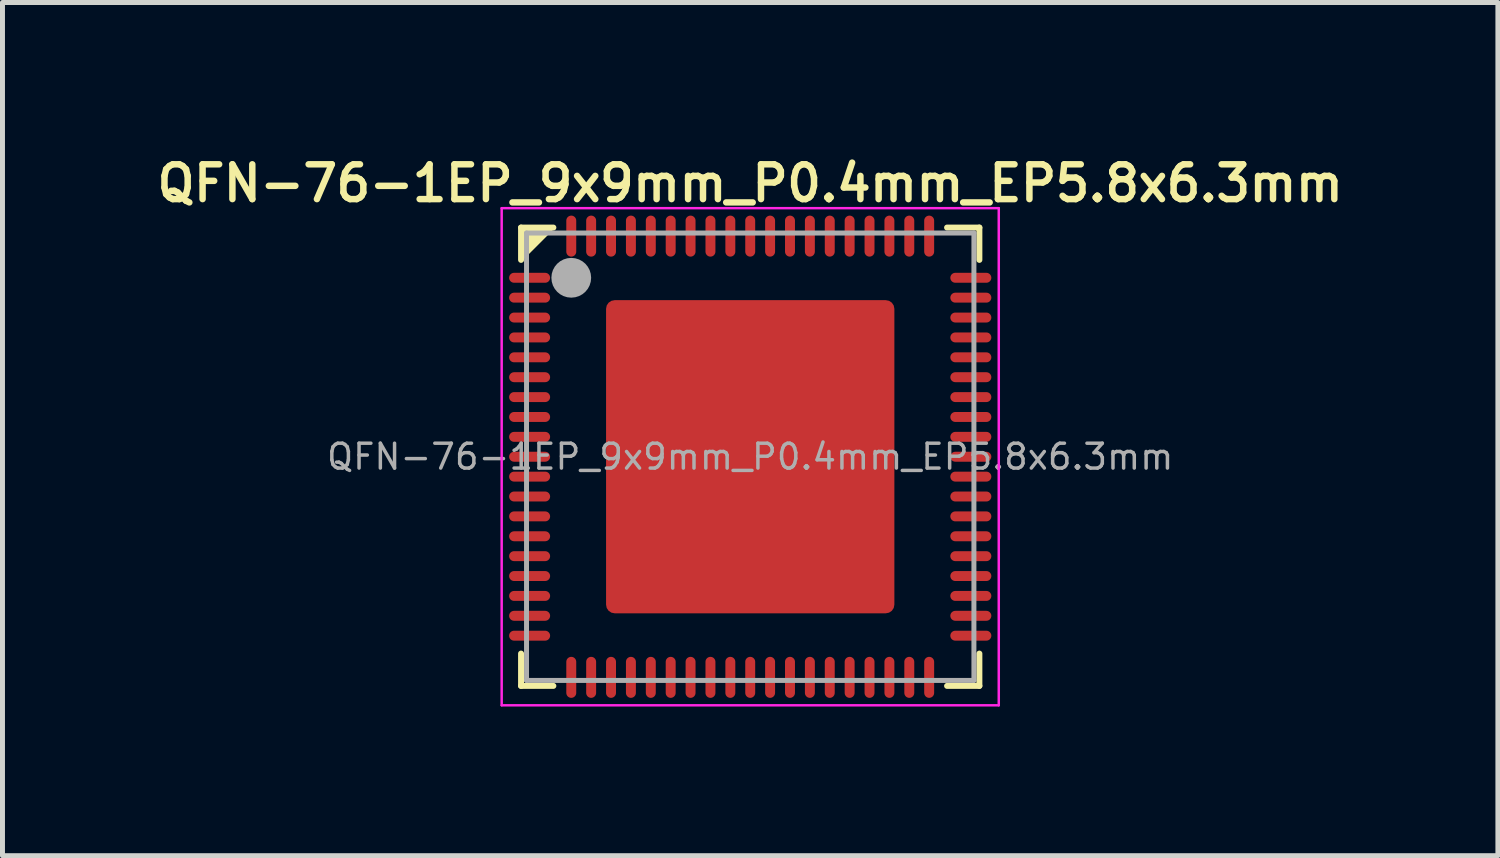
<source format=kicad_pcb>
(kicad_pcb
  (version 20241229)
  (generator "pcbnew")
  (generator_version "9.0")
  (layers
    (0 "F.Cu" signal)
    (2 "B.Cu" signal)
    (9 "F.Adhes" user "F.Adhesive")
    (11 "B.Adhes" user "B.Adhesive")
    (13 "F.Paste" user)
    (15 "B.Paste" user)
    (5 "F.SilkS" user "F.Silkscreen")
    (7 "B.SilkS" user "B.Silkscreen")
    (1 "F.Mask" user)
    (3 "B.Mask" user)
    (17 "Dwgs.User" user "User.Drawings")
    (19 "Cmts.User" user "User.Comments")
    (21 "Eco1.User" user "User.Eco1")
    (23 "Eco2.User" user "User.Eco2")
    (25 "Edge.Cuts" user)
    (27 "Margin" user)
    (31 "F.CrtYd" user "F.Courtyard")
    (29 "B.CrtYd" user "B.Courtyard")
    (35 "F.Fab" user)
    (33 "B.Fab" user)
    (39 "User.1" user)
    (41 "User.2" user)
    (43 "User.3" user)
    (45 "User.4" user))
  (footprint "QFN-76-1EP_9x9mm_P0.4mm_EP5.8x6.3mm"
    (layer "F.Cu")
    (at 12.042 6.138)
    (property "Reference" "QFN-76-1EP_9x9mm_P0.4mm_EP5.8x6.3mm" (at 0 -5.5 0) (layer "F.SilkS") (effects (font (size 0.7 0.7) (thickness 0.13))))
    (property "Value" "${VALUE}" (at 0 4 0) (layer "F.Fab") (hide yes) (effects (font (size 0.5 0.5) (thickness 0.07))))
    (attr smd)
    (fp_line (start -4.61 -3.96) (end -4.61 -4.61) (stroke (width 0.12) (type solid)) (layer "F.SilkS"))
    (fp_line (start -4.61 4.61) (end -4.61 3.96) (stroke (width 0.12) (type solid)) (layer "F.SilkS"))
    (fp_line (start -3.96 -4.61) (end -4.61 -4.61) (stroke (width 0.12) (type solid)) (layer "F.SilkS"))
    (fp_line (start -3.96 4.61) (end -4.61 4.61) (stroke (width 0.12) (type solid)) (layer "F.SilkS"))
    (fp_line (start 3.96 -4.61) (end 4.61 -4.61) (stroke (width 0.12) (type solid)) (layer "F.SilkS"))
    (fp_line (start 3.96 4.61) (end 4.61 4.61) (stroke (width 0.12) (type solid)) (layer "F.SilkS"))
    (fp_line (start 4.61 -4.61) (end 4.61 -3.96) (stroke (width 0.12) (type solid)) (layer "F.SilkS"))
    (fp_line (start 4.61 4.61) (end 4.61 3.96) (stroke (width 0.12) (type solid)) (layer "F.SilkS"))
    (fp_poly (pts (xy -4 -4.6) (xy -4.6 -4.6) (xy -4.6 -4)) (stroke (width 0.1) (type solid)) (fill yes) (layer "F.SilkS"))
    (fp_poly (pts (xy -2 -2) (xy -1 -2) (xy -1 -1) (xy -2 -1)) (stroke (width 0.1) (type solid)) (fill yes) (layer "F.Paste"))
    (fp_poly (pts (xy -2 -0.5) (xy -1 -0.5) (xy -1 0.5) (xy -2 0.5)) (stroke (width 0.1) (type solid)) (fill yes) (layer "F.Paste"))
    (fp_poly (pts (xy -2 1) (xy -1 1) (xy -1 2) (xy -2 2)) (stroke (width 0.1) (type solid)) (fill yes) (layer "F.Paste"))
    (fp_poly (pts (xy -0.5 -2) (xy 0.5 -2) (xy 0.5 -1) (xy -0.5 -1)) (stroke (width 0.1) (type solid)) (fill yes) (layer "F.Paste"))
    (fp_poly (pts (xy -0.5 -0.5) (xy 0.5 -0.5) (xy 0.5 0.5) (xy -0.5 0.5)) (stroke (width 0.1) (type solid)) (fill yes) (layer "F.Paste"))
    (fp_poly (pts (xy -0.5 1) (xy 0.5 1) (xy 0.5 2) (xy -0.5 2)) (stroke (width 0.1) (type solid)) (fill yes) (layer "F.Paste"))
    (fp_poly (pts (xy 1 -2) (xy 2 -2) (xy 2 -1) (xy 1 -1)) (stroke (width 0.1) (type solid)) (fill yes) (layer "F.Paste"))
    (fp_poly (pts (xy 1 -0.5) (xy 2 -0.5) (xy 2 0.5) (xy 1 0.5)) (stroke (width 0.1) (type solid)) (fill yes) (layer "F.Paste"))
    (fp_poly (pts (xy 1 1) (xy 2 1) (xy 2 2) (xy 1 2)) (stroke (width 0.1) (type solid)) (fill yes) (layer "F.Paste"))
    (fp_line (start -5 -5) (end -5 5) (stroke (width 0.05) (type solid)) (layer "F.CrtYd"))
    (fp_line (start -5 5) (end 5 5) (stroke (width 0.05) (type solid)) (layer "F.CrtYd"))
    (fp_line (start 5 -5) (end -5 -5) (stroke (width 0.05) (type solid)) (layer "F.CrtYd"))
    (fp_line (start 5 5) (end 5 -5) (stroke (width 0.05) (type solid)) (layer "F.CrtYd"))
    (fp_line (start -4.5 -4.5) (end 4.5 -4.5) (stroke (width 0.1) (type solid)) (layer "F.Fab"))
    (fp_line (start -4.5 4.5) (end -4.5 -4.5) (stroke (width 0.1) (type solid)) (layer "F.Fab"))
    (fp_line (start 4.5 -4.5) (end 4.5 4.5) (stroke (width 0.1) (type solid)) (layer "F.Fab"))
    (fp_line (start 4.5 4.5) (end -4.5 4.5) (stroke (width 0.1) (type solid)) (layer "F.Fab"))
    (fp_circle (center -3.6 -3.6) (end -3.4 -3.6) (stroke (width 0.4) (type solid)) (fill no) (layer "F.Fab"))
    (fp_text user "${REFERENCE}" (at 0 0 0) (layer "F.Fab") (effects (font (size 0.5 0.5) (thickness 0.07))))
    (pad "1" smd oval (at -4.438 -3.6) (size 0.825 0.2) (layers "F.Cu" "F.Mask" "F.Paste"))
    (pad "2" smd oval (at -4.438 -3.2) (size 0.825 0.2) (layers "F.Cu" "F.Mask" "F.Paste"))
    (pad "3" smd oval (at -4.438 -2.8) (size 0.825 0.2) (layers "F.Cu" "F.Mask" "F.Paste"))
    (pad "4" smd oval (at -4.438 -2.4) (size 0.825 0.2) (layers "F.Cu" "F.Mask" "F.Paste"))
    (pad "5" smd oval (at -4.438 -2) (size 0.825 0.2) (layers "F.Cu" "F.Mask" "F.Paste"))
    (pad "6" smd oval (at -4.438 -1.6) (size 0.825 0.2) (layers "F.Cu" "F.Mask" "F.Paste"))
    (pad "7" smd oval (at -4.438 -1.2) (size 0.825 0.2) (layers "F.Cu" "F.Mask" "F.Paste"))
    (pad "8" smd oval (at -4.438 -0.8) (size 0.825 0.2) (layers "F.Cu" "F.Mask" "F.Paste"))
    (pad "9" smd oval (at -4.438 -0.4) (size 0.825 0.2) (layers "F.Cu" "F.Mask" "F.Paste"))
    (pad "10" smd oval (at -4.438 0) (size 0.825 0.2) (layers "F.Cu" "F.Mask" "F.Paste"))
    (pad "11" smd oval (at -4.438 0.4) (size 0.825 0.2) (layers "F.Cu" "F.Mask" "F.Paste"))
    (pad "12" smd oval (at -4.438 0.8) (size 0.825 0.2) (layers "F.Cu" "F.Mask" "F.Paste"))
    (pad "13" smd oval (at -4.438 1.2) (size 0.825 0.2) (layers "F.Cu" "F.Mask" "F.Paste"))
    (pad "14" smd oval (at -4.438 1.6) (size 0.825 0.2) (layers "F.Cu" "F.Mask" "F.Paste"))
    (pad "15" smd oval (at -4.438 2) (size 0.825 0.2) (layers "F.Cu" "F.Mask" "F.Paste"))
    (pad "16" smd oval (at -4.438 2.4) (size 0.825 0.2) (layers "F.Cu" "F.Mask" "F.Paste"))
    (pad "17" smd oval (at -4.438 2.8) (size 0.825 0.2) (layers "F.Cu" "F.Mask" "F.Paste"))
    (pad "18" smd oval (at -4.438 3.2) (size 0.825 0.2) (layers "F.Cu" "F.Mask" "F.Paste"))
    (pad "19" smd oval (at -4.438 3.6) (size 0.825 0.2) (layers "F.Cu" "F.Mask" "F.Paste"))
    (pad "20" smd oval (at -3.6 4.438) (size 0.2 0.825) (layers "F.Cu" "F.Mask" "F.Paste"))
    (pad "21" smd oval (at -3.2 4.438) (size 0.2 0.825) (layers "F.Cu" "F.Mask" "F.Paste"))
    (pad "22" smd oval (at -2.8 4.438) (size 0.2 0.825) (layers "F.Cu" "F.Mask" "F.Paste"))
    (pad "23" smd oval (at -2.4 4.438) (size 0.2 0.825) (layers "F.Cu" "F.Mask" "F.Paste"))
    (pad "24" smd oval (at -2 4.438) (size 0.2 0.825) (layers "F.Cu" "F.Mask" "F.Paste"))
    (pad "25" smd oval (at -1.6 4.438) (size 0.2 0.825) (layers "F.Cu" "F.Mask" "F.Paste"))
    (pad "26" smd oval (at -1.2 4.438) (size 0.2 0.825) (layers "F.Cu" "F.Mask" "F.Paste"))
    (pad "27" smd oval (at -0.8 4.438) (size 0.2 0.825) (layers "F.Cu" "F.Mask" "F.Paste"))
    (pad "28" smd oval (at -0.4 4.438) (size 0.2 0.825) (layers "F.Cu" "F.Mask" "F.Paste"))
    (pad "29" smd oval (at 0 4.438) (size 0.2 0.825) (layers "F.Cu" "F.Mask" "F.Paste"))
    (pad "30" smd oval (at 0.4 4.438) (size 0.2 0.825) (layers "F.Cu" "F.Mask" "F.Paste"))
    (pad "31" smd oval (at 0.8 4.438) (size 0.2 0.825) (layers "F.Cu" "F.Mask" "F.Paste"))
    (pad "32" smd oval (at 1.2 4.438) (size 0.2 0.825) (layers "F.Cu" "F.Mask" "F.Paste"))
    (pad "33" smd oval (at 1.6 4.438) (size 0.2 0.825) (layers "F.Cu" "F.Mask" "F.Paste"))
    (pad "34" smd oval (at 2 4.438) (size 0.2 0.825) (layers "F.Cu" "F.Mask" "F.Paste"))
    (pad "35" smd oval (at 2.4 4.438) (size 0.2 0.825) (layers "F.Cu" "F.Mask" "F.Paste"))
    (pad "36" smd oval (at 2.8 4.438) (size 0.2 0.825) (layers "F.Cu" "F.Mask" "F.Paste"))
    (pad "37" smd oval (at 3.2 4.438) (size 0.2 0.825) (layers "F.Cu" "F.Mask" "F.Paste"))
    (pad "38" smd oval (at 3.6 4.438) (size 0.2 0.825) (layers "F.Cu" "F.Mask" "F.Paste"))
    (pad "39" smd oval (at 4.438 3.6) (size 0.825 0.2) (layers "F.Cu" "F.Mask" "F.Paste"))
    (pad "40" smd oval (at 4.438 3.2) (size 0.825 0.2) (layers "F.Cu" "F.Mask" "F.Paste"))
    (pad "41" smd oval (at 4.438 2.8) (size 0.825 0.2) (layers "F.Cu" "F.Mask" "F.Paste"))
    (pad "42" smd oval (at 4.438 2.4) (size 0.825 0.2) (layers "F.Cu" "F.Mask" "F.Paste"))
    (pad "43" smd oval (at 4.438 2) (size 0.825 0.2) (layers "F.Cu" "F.Mask" "F.Paste"))
    (pad "44" smd oval (at 4.438 1.6) (size 0.825 0.2) (layers "F.Cu" "F.Mask" "F.Paste"))
    (pad "45" smd oval (at 4.438 1.2) (size 0.825 0.2) (layers "F.Cu" "F.Mask" "F.Paste"))
    (pad "46" smd oval (at 4.438 0.8) (size 0.825 0.2) (layers "F.Cu" "F.Mask" "F.Paste"))
    (pad "47" smd oval (at 4.438 0.4) (size 0.825 0.2) (layers "F.Cu" "F.Mask" "F.Paste"))
    (pad "48" smd oval (at 4.438 0) (size 0.825 0.2) (layers "F.Cu" "F.Mask" "F.Paste"))
    (pad "49" smd oval (at 4.438 -0.4) (size 0.825 0.2) (layers "F.Cu" "F.Mask" "F.Paste"))
    (pad "50" smd oval (at 4.438 -0.8) (size 0.825 0.2) (layers "F.Cu" "F.Mask" "F.Paste"))
    (pad "51" smd oval (at 4.438 -1.2) (size 0.825 0.2) (layers "F.Cu" "F.Mask" "F.Paste"))
    (pad "52" smd oval (at 4.438 -1.6) (size 0.825 0.2) (layers "F.Cu" "F.Mask" "F.Paste"))
    (pad "53" smd oval (at 4.438 -2) (size 0.825 0.2) (layers "F.Cu" "F.Mask" "F.Paste"))
    (pad "54" smd oval (at 4.438 -2.4) (size 0.825 0.2) (layers "F.Cu" "F.Mask" "F.Paste"))
    (pad "55" smd oval (at 4.438 -2.8) (size 0.825 0.2) (layers "F.Cu" "F.Mask" "F.Paste"))
    (pad "56" smd oval (at 4.438 -3.2) (size 0.825 0.2) (layers "F.Cu" "F.Mask" "F.Paste"))
    (pad "57" smd oval (at 4.438 -3.6) (size 0.825 0.2) (layers "F.Cu" "F.Mask" "F.Paste"))
    (pad "58" smd oval (at 3.6 -4.438) (size 0.2 0.825) (layers "F.Cu" "F.Mask" "F.Paste"))
    (pad "59" smd oval (at 3.2 -4.438) (size 0.2 0.825) (layers "F.Cu" "F.Mask" "F.Paste"))
    (pad "60" smd oval (at 2.8 -4.438) (size 0.2 0.825) (layers "F.Cu" "F.Mask" "F.Paste"))
    (pad "61" smd oval (at 2.4 -4.438) (size 0.2 0.825) (layers "F.Cu" "F.Mask" "F.Paste"))
    (pad "62" smd oval (at 2 -4.438) (size 0.2 0.825) (layers "F.Cu" "F.Mask" "F.Paste"))
    (pad "63" smd oval (at 1.6 -4.438) (size 0.2 0.825) (layers "F.Cu" "F.Mask" "F.Paste"))
    (pad "64" smd oval (at 1.2 -4.438) (size 0.2 0.825) (layers "F.Cu" "F.Mask" "F.Paste"))
    (pad "65" smd oval (at 0.8 -4.438) (size 0.2 0.825) (layers "F.Cu" "F.Mask" "F.Paste"))
    (pad "66" smd oval (at 0.4 -4.438) (size 0.2 0.825) (layers "F.Cu" "F.Mask" "F.Paste"))
    (pad "67" smd oval (at 0 -4.438) (size 0.2 0.825) (layers "F.Cu" "F.Mask" "F.Paste"))
    (pad "68" smd oval (at -0.4 -4.438) (size 0.2 0.825) (layers "F.Cu" "F.Mask" "F.Paste"))
    (pad "69" smd oval (at -0.8 -4.438) (size 0.2 0.825) (layers "F.Cu" "F.Mask" "F.Paste"))
    (pad "70" smd oval (at -1.2 -4.438) (size 0.2 0.825) (layers "F.Cu" "F.Mask" "F.Paste"))
    (pad "71" smd oval (at -1.6 -4.438) (size 0.2 0.825) (layers "F.Cu" "F.Mask" "F.Paste"))
    (pad "72" smd oval (at -2 -4.438) (size 0.2 0.825) (layers "F.Cu" "F.Mask" "F.Paste"))
    (pad "73" smd oval (at -2.4 -4.438) (size 0.2 0.825) (layers "F.Cu" "F.Mask" "F.Paste"))
    (pad "74" smd oval (at -2.8 -4.438) (size 0.2 0.825) (layers "F.Cu" "F.Mask" "F.Paste"))
    (pad "75" smd oval (at -3.2 -4.438) (size 0.2 0.825) (layers "F.Cu" "F.Mask" "F.Paste"))
    (pad "76" smd oval (at -3.6 -4.438) (size 0.2 0.825) (layers "F.Cu" "F.Mask" "F.Paste"))
    (pad "77" smd roundrect (at 0 0) (size 5.8 6.3) (layers "F.Cu" "F.Mask") (roundrect_rratio 0.03)))
  (gr_rect
    (start -3 -3)
    (end 27.083 14.163)
    (stroke (width 0.1) (type default))
    (fill no)
    (layer "Edge.Cuts")))
</source>
